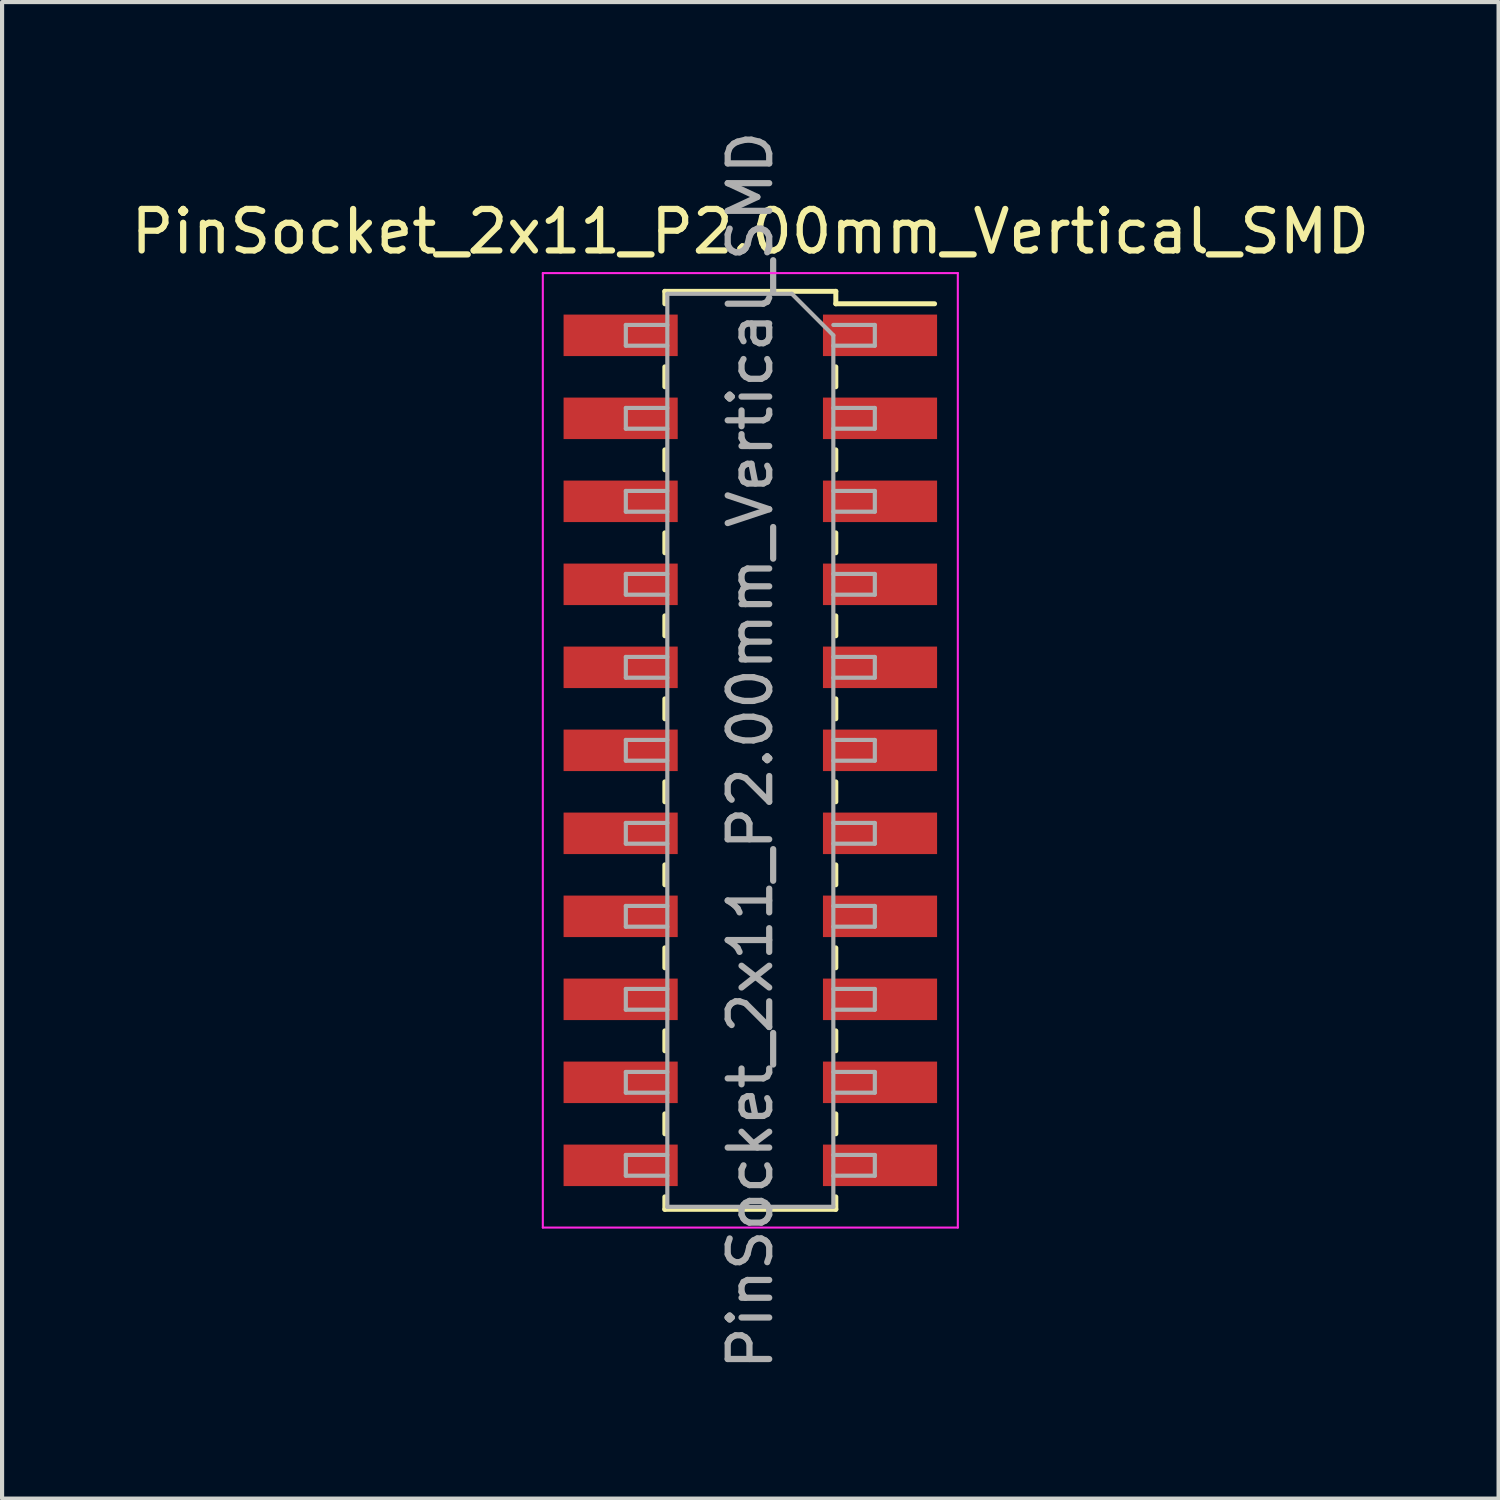
<source format=kicad_pcb>
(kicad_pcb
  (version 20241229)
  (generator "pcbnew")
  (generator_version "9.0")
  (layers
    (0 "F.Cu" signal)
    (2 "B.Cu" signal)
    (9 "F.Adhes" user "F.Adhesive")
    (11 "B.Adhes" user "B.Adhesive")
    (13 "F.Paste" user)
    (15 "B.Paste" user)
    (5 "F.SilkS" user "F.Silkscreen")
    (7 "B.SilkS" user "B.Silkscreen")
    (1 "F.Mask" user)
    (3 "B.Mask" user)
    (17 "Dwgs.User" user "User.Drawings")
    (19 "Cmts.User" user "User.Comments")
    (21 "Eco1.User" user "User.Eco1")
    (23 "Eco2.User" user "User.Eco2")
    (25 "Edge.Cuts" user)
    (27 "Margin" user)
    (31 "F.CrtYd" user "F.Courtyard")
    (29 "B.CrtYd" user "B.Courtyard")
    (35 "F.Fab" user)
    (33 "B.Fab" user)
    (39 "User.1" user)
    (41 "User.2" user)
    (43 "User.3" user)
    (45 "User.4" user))
  (footprint "PinSocket_2x11_P2.00mm_Vertical_SMD"
    (layer "F.Cu")
    (at 15.03 15.03)
    (property "Reference" "PinSocket_2x11_P2.00mm_Vertical_SMD" (at 0 -12.5 0) (layer "F.SilkS") (effects (font (size 1 1) (thickness 0.15))))
    (attr smd)
    (fp_line (start -2.06 -11.06) (end -2.06 -10.76) (stroke (width 0.12) (type solid)) (layer "F.SilkS"))
    (fp_line (start -2.06 -11.06) (end 2.06 -11.06) (stroke (width 0.12) (type solid)) (layer "F.SilkS"))
    (fp_line (start -2.06 -9.24) (end -2.06 -8.76) (stroke (width 0.12) (type solid)) (layer "F.SilkS"))
    (fp_line (start -2.06 -7.24) (end -2.06 -6.76) (stroke (width 0.12) (type solid)) (layer "F.SilkS"))
    (fp_line (start -2.06 -5.24) (end -2.06 -4.76) (stroke (width 0.12) (type solid)) (layer "F.SilkS"))
    (fp_line (start -2.06 -3.24) (end -2.06 -2.76) (stroke (width 0.12) (type solid)) (layer "F.SilkS"))
    (fp_line (start -2.06 -1.24) (end -2.06 -0.76) (stroke (width 0.12) (type solid)) (layer "F.SilkS"))
    (fp_line (start -2.06 0.76) (end -2.06 1.24) (stroke (width 0.12) (type solid)) (layer "F.SilkS"))
    (fp_line (start -2.06 2.76) (end -2.06 3.24) (stroke (width 0.12) (type solid)) (layer "F.SilkS"))
    (fp_line (start -2.06 4.76) (end -2.06 5.24) (stroke (width 0.12) (type solid)) (layer "F.SilkS"))
    (fp_line (start -2.06 6.76) (end -2.06 7.24) (stroke (width 0.12) (type solid)) (layer "F.SilkS"))
    (fp_line (start -2.06 8.76) (end -2.06 9.24) (stroke (width 0.12) (type solid)) (layer "F.SilkS"))
    (fp_line (start -2.06 10.76) (end -2.06 11.06) (stroke (width 0.12) (type solid)) (layer "F.SilkS"))
    (fp_line (start -2.06 11.06) (end 2.06 11.06) (stroke (width 0.12) (type solid)) (layer "F.SilkS"))
    (fp_line (start 2.06 -11.06) (end 2.06 -10.76) (stroke (width 0.12) (type solid)) (layer "F.SilkS"))
    (fp_line (start 2.06 -10.76) (end 4.44 -10.76) (stroke (width 0.12) (type solid)) (layer "F.SilkS"))
    (fp_line (start 2.06 -9.24) (end 2.06 -8.76) (stroke (width 0.12) (type solid)) (layer "F.SilkS"))
    (fp_line (start 2.06 -7.24) (end 2.06 -6.76) (stroke (width 0.12) (type solid)) (layer "F.SilkS"))
    (fp_line (start 2.06 -5.24) (end 2.06 -4.76) (stroke (width 0.12) (type solid)) (layer "F.SilkS"))
    (fp_line (start 2.06 -3.24) (end 2.06 -2.76) (stroke (width 0.12) (type solid)) (layer "F.SilkS"))
    (fp_line (start 2.06 -1.24) (end 2.06 -0.76) (stroke (width 0.12) (type solid)) (layer "F.SilkS"))
    (fp_line (start 2.06 0.76) (end 2.06 1.24) (stroke (width 0.12) (type solid)) (layer "F.SilkS"))
    (fp_line (start 2.06 2.76) (end 2.06 3.24) (stroke (width 0.12) (type solid)) (layer "F.SilkS"))
    (fp_line (start 2.06 4.76) (end 2.06 5.24) (stroke (width 0.12) (type solid)) (layer "F.SilkS"))
    (fp_line (start 2.06 6.76) (end 2.06 7.24) (stroke (width 0.12) (type solid)) (layer "F.SilkS"))
    (fp_line (start 2.06 8.76) (end 2.06 9.24) (stroke (width 0.12) (type solid)) (layer "F.SilkS"))
    (fp_line (start 2.06 10.76) (end 2.06 11.06) (stroke (width 0.12) (type solid)) (layer "F.SilkS"))
    (fp_line (start -5 -11.5) (end 5 -11.5) (stroke (width 0.05) (type solid)) (layer "F.CrtYd"))
    (fp_line (start -5 11.5) (end -5 -11.5) (stroke (width 0.05) (type solid)) (layer "F.CrtYd"))
    (fp_line (start 5 -11.5) (end 5 11.5) (stroke (width 0.05) (type solid)) (layer "F.CrtYd"))
    (fp_line (start 5 11.5) (end -5 11.5) (stroke (width 0.05) (type solid)) (layer "F.CrtYd"))
    (fp_line (start -3 -10.25) (end -2 -10.25) (stroke (width 0.1) (type solid)) (layer "F.Fab"))
    (fp_line (start -3 -9.75) (end -3 -10.25) (stroke (width 0.1) (type solid)) (layer "F.Fab"))
    (fp_line (start -3 -8.25) (end -2 -8.25) (stroke (width 0.1) (type solid)) (layer "F.Fab"))
    (fp_line (start -3 -7.75) (end -3 -8.25) (stroke (width 0.1) (type solid)) (layer "F.Fab"))
    (fp_line (start -3 -6.25) (end -2 -6.25) (stroke (width 0.1) (type solid)) (layer "F.Fab"))
    (fp_line (start -3 -5.75) (end -3 -6.25) (stroke (width 0.1) (type solid)) (layer "F.Fab"))
    (fp_line (start -3 -4.25) (end -2 -4.25) (stroke (width 0.1) (type solid)) (layer "F.Fab"))
    (fp_line (start -3 -3.75) (end -3 -4.25) (stroke (width 0.1) (type solid)) (layer "F.Fab"))
    (fp_line (start -3 -2.25) (end -2 -2.25) (stroke (width 0.1) (type solid)) (layer "F.Fab"))
    (fp_line (start -3 -1.75) (end -3 -2.25) (stroke (width 0.1) (type solid)) (layer "F.Fab"))
    (fp_line (start -3 -0.25) (end -2 -0.25) (stroke (width 0.1) (type solid)) (layer "F.Fab"))
    (fp_line (start -3 0.25) (end -3 -0.25) (stroke (width 0.1) (type solid)) (layer "F.Fab"))
    (fp_line (start -3 1.75) (end -2 1.75) (stroke (width 0.1) (type solid)) (layer "F.Fab"))
    (fp_line (start -3 2.25) (end -3 1.75) (stroke (width 0.1) (type solid)) (layer "F.Fab"))
    (fp_line (start -3 3.75) (end -2 3.75) (stroke (width 0.1) (type solid)) (layer "F.Fab"))
    (fp_line (start -3 4.25) (end -3 3.75) (stroke (width 0.1) (type solid)) (layer "F.Fab"))
    (fp_line (start -3 5.75) (end -2 5.75) (stroke (width 0.1) (type solid)) (layer "F.Fab"))
    (fp_line (start -3 6.25) (end -3 5.75) (stroke (width 0.1) (type solid)) (layer "F.Fab"))
    (fp_line (start -3 7.75) (end -2 7.75) (stroke (width 0.1) (type solid)) (layer "F.Fab"))
    (fp_line (start -3 8.25) (end -3 7.75) (stroke (width 0.1) (type solid)) (layer "F.Fab"))
    (fp_line (start -3 9.75) (end -2 9.75) (stroke (width 0.1) (type solid)) (layer "F.Fab"))
    (fp_line (start -3 10.25) (end -3 9.75) (stroke (width 0.1) (type solid)) (layer "F.Fab"))
    (fp_line (start -2 -11) (end 1 -11) (stroke (width 0.1) (type solid)) (layer "F.Fab"))
    (fp_line (start -2 -9.75) (end -3 -9.75) (stroke (width 0.1) (type solid)) (layer "F.Fab"))
    (fp_line (start -2 -7.75) (end -3 -7.75) (stroke (width 0.1) (type solid)) (layer "F.Fab"))
    (fp_line (start -2 -5.75) (end -3 -5.75) (stroke (width 0.1) (type solid)) (layer "F.Fab"))
    (fp_line (start -2 -3.75) (end -3 -3.75) (stroke (width 0.1) (type solid)) (layer "F.Fab"))
    (fp_line (start -2 -1.75) (end -3 -1.75) (stroke (width 0.1) (type solid)) (layer "F.Fab"))
    (fp_line (start -2 0.25) (end -3 0.25) (stroke (width 0.1) (type solid)) (layer "F.Fab"))
    (fp_line (start -2 2.25) (end -3 2.25) (stroke (width 0.1) (type solid)) (layer "F.Fab"))
    (fp_line (start -2 4.25) (end -3 4.25) (stroke (width 0.1) (type solid)) (layer "F.Fab"))
    (fp_line (start -2 6.25) (end -3 6.25) (stroke (width 0.1) (type solid)) (layer "F.Fab"))
    (fp_line (start -2 8.25) (end -3 8.25) (stroke (width 0.1) (type solid)) (layer "F.Fab"))
    (fp_line (start -2 10.25) (end -3 10.25) (stroke (width 0.1) (type solid)) (layer "F.Fab"))
    (fp_line (start -2 11) (end -2 -11) (stroke (width 0.1) (type solid)) (layer "F.Fab"))
    (fp_line (start 1 -11) (end 2 -10) (stroke (width 0.1) (type solid)) (layer "F.Fab"))
    (fp_line (start 2 -10.25) (end 3 -10.25) (stroke (width 0.1) (type solid)) (layer "F.Fab"))
    (fp_line (start 2 -10) (end 2 11) (stroke (width 0.1) (type solid)) (layer "F.Fab"))
    (fp_line (start 2 -8.25) (end 3 -8.25) (stroke (width 0.1) (type solid)) (layer "F.Fab"))
    (fp_line (start 2 -6.25) (end 3 -6.25) (stroke (width 0.1) (type solid)) (layer "F.Fab"))
    (fp_line (start 2 -4.25) (end 3 -4.25) (stroke (width 0.1) (type solid)) (layer "F.Fab"))
    (fp_line (start 2 -2.25) (end 3 -2.25) (stroke (width 0.1) (type solid)) (layer "F.Fab"))
    (fp_line (start 2 -0.25) (end 3 -0.25) (stroke (width 0.1) (type solid)) (layer "F.Fab"))
    (fp_line (start 2 1.75) (end 3 1.75) (stroke (width 0.1) (type solid)) (layer "F.Fab"))
    (fp_line (start 2 3.75) (end 3 3.75) (stroke (width 0.1) (type solid)) (layer "F.Fab"))
    (fp_line (start 2 5.75) (end 3 5.75) (stroke (width 0.1) (type solid)) (layer "F.Fab"))
    (fp_line (start 2 7.75) (end 3 7.75) (stroke (width 0.1) (type solid)) (layer "F.Fab"))
    (fp_line (start 2 9.75) (end 3 9.75) (stroke (width 0.1) (type solid)) (layer "F.Fab"))
    (fp_line (start 2 11) (end -2 11) (stroke (width 0.1) (type solid)) (layer "F.Fab"))
    (fp_line (start 3 -10.25) (end 3 -9.75) (stroke (width 0.1) (type solid)) (layer "F.Fab"))
    (fp_line (start 3 -9.75) (end 2 -9.75) (stroke (width 0.1) (type solid)) (layer "F.Fab"))
    (fp_line (start 3 -8.25) (end 3 -7.75) (stroke (width 0.1) (type solid)) (layer "F.Fab"))
    (fp_line (start 3 -7.75) (end 2 -7.75) (stroke (width 0.1) (type solid)) (layer "F.Fab"))
    (fp_line (start 3 -6.25) (end 3 -5.75) (stroke (width 0.1) (type solid)) (layer "F.Fab"))
    (fp_line (start 3 -5.75) (end 2 -5.75) (stroke (width 0.1) (type solid)) (layer "F.Fab"))
    (fp_line (start 3 -4.25) (end 3 -3.75) (stroke (width 0.1) (type solid)) (layer "F.Fab"))
    (fp_line (start 3 -3.75) (end 2 -3.75) (stroke (width 0.1) (type solid)) (layer "F.Fab"))
    (fp_line (start 3 -2.25) (end 3 -1.75) (stroke (width 0.1) (type solid)) (layer "F.Fab"))
    (fp_line (start 3 -1.75) (end 2 -1.75) (stroke (width 0.1) (type solid)) (layer "F.Fab"))
    (fp_line (start 3 -0.25) (end 3 0.25) (stroke (width 0.1) (type solid)) (layer "F.Fab"))
    (fp_line (start 3 0.25) (end 2 0.25) (stroke (width 0.1) (type solid)) (layer "F.Fab"))
    (fp_line (start 3 1.75) (end 3 2.25) (stroke (width 0.1) (type solid)) (layer "F.Fab"))
    (fp_line (start 3 2.25) (end 2 2.25) (stroke (width 0.1) (type solid)) (layer "F.Fab"))
    (fp_line (start 3 3.75) (end 3 4.25) (stroke (width 0.1) (type solid)) (layer "F.Fab"))
    (fp_line (start 3 4.25) (end 2 4.25) (stroke (width 0.1) (type solid)) (layer "F.Fab"))
    (fp_line (start 3 5.75) (end 3 6.25) (stroke (width 0.1) (type solid)) (layer "F.Fab"))
    (fp_line (start 3 6.25) (end 2 6.25) (stroke (width 0.1) (type solid)) (layer "F.Fab"))
    (fp_line (start 3 7.75) (end 3 8.25) (stroke (width 0.1) (type solid)) (layer "F.Fab"))
    (fp_line (start 3 8.25) (end 2 8.25) (stroke (width 0.1) (type solid)) (layer "F.Fab"))
    (fp_line (start 3 9.75) (end 3 10.25) (stroke (width 0.1) (type solid)) (layer "F.Fab"))
    (fp_line (start 3 10.25) (end 2 10.25) (stroke (width 0.1) (type solid)) (layer "F.Fab"))
    (fp_text user "${REFERENCE}" (at 0 0 90) (layer "F.Fab") (effects (font (size 1 1) (thickness 0.15))))
    (pad "1" smd rect (at 3.125 -10) (size 2.75 1) (layers "F.Cu" "F.Mask" "F.Paste"))
    (pad "2" smd rect (at -3.125 -10) (size 2.75 1) (layers "F.Cu" "F.Mask" "F.Paste"))
    (pad "3" smd rect (at 3.125 -8) (size 2.75 1) (layers "F.Cu" "F.Mask" "F.Paste"))
    (pad "4" smd rect (at -3.125 -8) (size 2.75 1) (layers "F.Cu" "F.Mask" "F.Paste"))
    (pad "5" smd rect (at 3.125 -6) (size 2.75 1) (layers "F.Cu" "F.Mask" "F.Paste"))
    (pad "6" smd rect (at -3.125 -6) (size 2.75 1) (layers "F.Cu" "F.Mask" "F.Paste"))
    (pad "7" smd rect (at 3.125 -4) (size 2.75 1) (layers "F.Cu" "F.Mask" "F.Paste"))
    (pad "8" smd rect (at -3.125 -4) (size 2.75 1) (layers "F.Cu" "F.Mask" "F.Paste"))
    (pad "9" smd rect (at 3.125 -2) (size 2.75 1) (layers "F.Cu" "F.Mask" "F.Paste"))
    (pad "10" smd rect (at -3.125 -2) (size 2.75 1) (layers "F.Cu" "F.Mask" "F.Paste"))
    (pad "11" smd rect (at 3.125 0) (size 2.75 1) (layers "F.Cu" "F.Mask" "F.Paste"))
    (pad "12" smd rect (at -3.125 0) (size 2.75 1) (layers "F.Cu" "F.Mask" "F.Paste"))
    (pad "13" smd rect (at 3.125 2) (size 2.75 1) (layers "F.Cu" "F.Mask" "F.Paste"))
    (pad "14" smd rect (at -3.125 2) (size 2.75 1) (layers "F.Cu" "F.Mask" "F.Paste"))
    (pad "15" smd rect (at 3.125 4) (size 2.75 1) (layers "F.Cu" "F.Mask" "F.Paste"))
    (pad "16" smd rect (at -3.125 4) (size 2.75 1) (layers "F.Cu" "F.Mask" "F.Paste"))
    (pad "17" smd rect (at 3.125 6) (size 2.75 1) (layers "F.Cu" "F.Mask" "F.Paste"))
    (pad "18" smd rect (at -3.125 6) (size 2.75 1) (layers "F.Cu" "F.Mask" "F.Paste"))
    (pad "19" smd rect (at 3.125 8) (size 2.75 1) (layers "F.Cu" "F.Mask" "F.Paste"))
    (pad "20" smd rect (at -3.125 8) (size 2.75 1) (layers "F.Cu" "F.Mask" "F.Paste"))
    (pad "21" smd rect (at 3.125 10) (size 2.75 1) (layers "F.Cu" "F.Mask" "F.Paste"))
    (pad "22" smd rect (at -3.125 10) (size 2.75 1) (layers "F.Cu" "F.Mask" "F.Paste")))
  (gr_rect
    (start -3 -3)
    (end 33.06 33.06)
    (stroke (width 0.1) (type default))
    (fill no)
    (layer "Edge.Cuts")))
</source>
